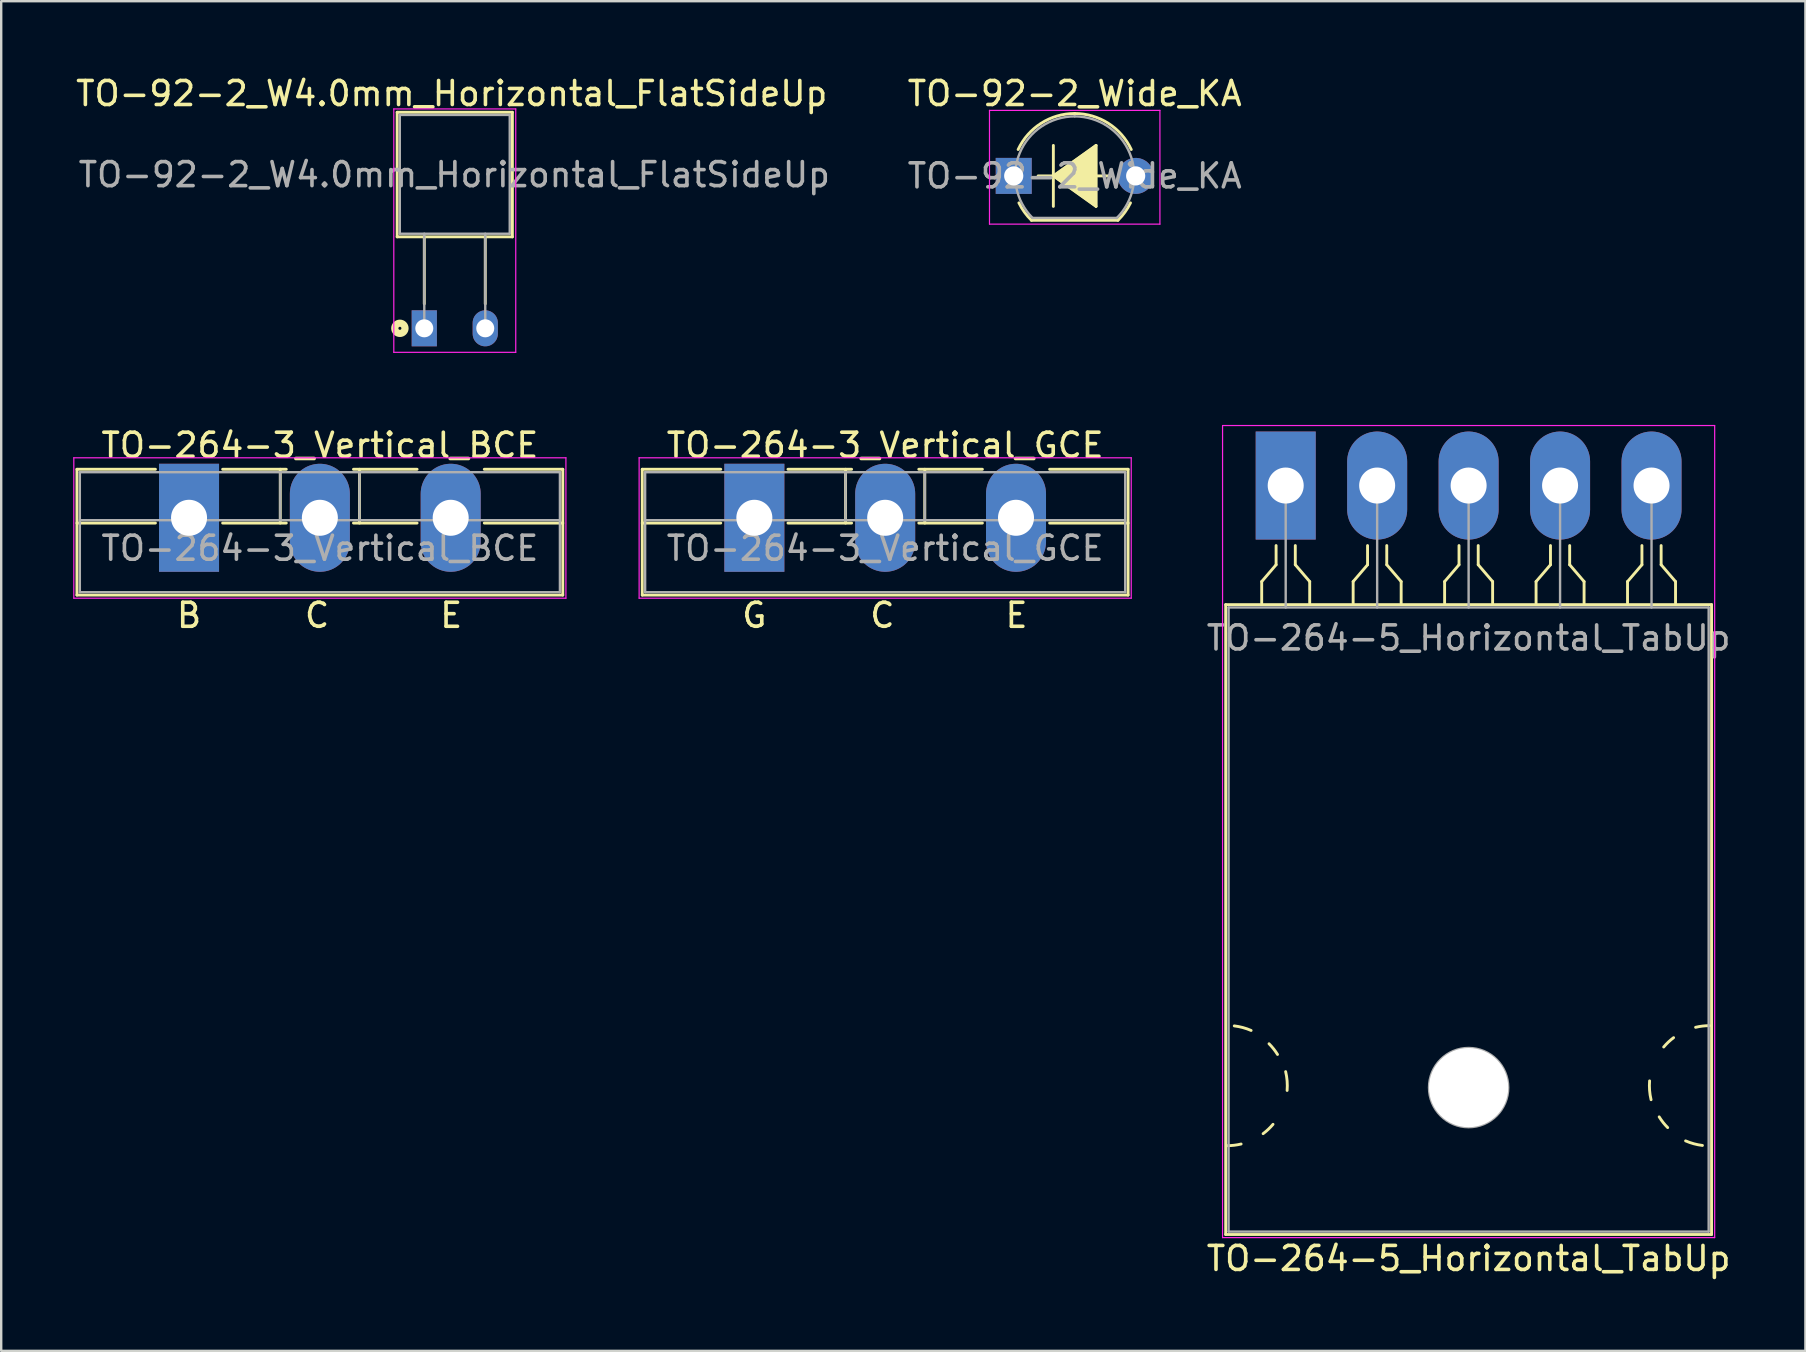
<source format=kicad_pcb>
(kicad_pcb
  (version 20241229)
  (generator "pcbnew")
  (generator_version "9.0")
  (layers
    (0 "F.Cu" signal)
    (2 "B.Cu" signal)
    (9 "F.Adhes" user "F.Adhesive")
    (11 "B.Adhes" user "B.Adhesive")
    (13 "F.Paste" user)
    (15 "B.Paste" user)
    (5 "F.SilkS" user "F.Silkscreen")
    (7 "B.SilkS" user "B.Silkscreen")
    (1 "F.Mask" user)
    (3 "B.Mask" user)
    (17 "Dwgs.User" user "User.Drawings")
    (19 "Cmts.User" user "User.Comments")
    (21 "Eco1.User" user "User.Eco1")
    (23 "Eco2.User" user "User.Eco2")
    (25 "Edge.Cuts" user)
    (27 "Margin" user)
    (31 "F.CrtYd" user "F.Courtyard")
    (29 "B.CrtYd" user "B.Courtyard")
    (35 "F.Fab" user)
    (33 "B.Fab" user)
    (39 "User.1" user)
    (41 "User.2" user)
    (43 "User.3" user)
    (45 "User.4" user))
  (footprint "TO-264-3_Vertical_BCE"
    (layer "F.Cu")
    (at 4.825 18.52)
    (property "Reference" "TO-264-3_Vertical_BCE" (at 5.45 -3.02 0) (layer "F.SilkS") (effects (font (size 1 1) (thickness 0.15))))
    (fp_line (start -4.67 -2.021) (end -4.67 3.22) (stroke (width 0.12) (type solid)) (layer "F.SilkS"))
    (fp_line (start -4.67 -2.021) (end -1.4 -2.021) (stroke (width 0.12) (type solid)) (layer "F.SilkS"))
    (fp_line (start -4.67 0.22) (end -1.4 0.22) (stroke (width 0.12) (type solid)) (layer "F.SilkS"))
    (fp_line (start -4.67 3.22) (end 15.57 3.22) (stroke (width 0.12) (type solid)) (layer "F.SilkS"))
    (fp_line (start 1.4 -2.021) (end 4.051 -2.021) (stroke (width 0.12) (type solid)) (layer "F.SilkS"))
    (fp_line (start 1.4 0.22) (end 4.051 0.22) (stroke (width 0.12) (type solid)) (layer "F.SilkS"))
    (fp_line (start 3.8 -2.021) (end 3.8 0.22) (stroke (width 0.12) (type solid)) (layer "F.SilkS"))
    (fp_line (start 6.85 -2.021) (end 9.5 -2.021) (stroke (width 0.12) (type solid)) (layer "F.SilkS"))
    (fp_line (start 6.85 0.22) (end 9.5 0.22) (stroke (width 0.12) (type solid)) (layer "F.SilkS"))
    (fp_line (start 7.1 -2.021) (end 7.1 0.22) (stroke (width 0.12) (type solid)) (layer "F.SilkS"))
    (fp_line (start 12.3 -2.021) (end 15.57 -2.021) (stroke (width 0.12) (type solid)) (layer "F.SilkS"))
    (fp_line (start 12.3 0.22) (end 15.57 0.22) (stroke (width 0.12) (type solid)) (layer "F.SilkS"))
    (fp_line (start 15.57 -2.021) (end 15.57 3.22) (stroke (width 0.12) (type solid)) (layer "F.SilkS"))
    (fp_line (start -4.8 -2.5) (end -4.8 3.35) (stroke (width 0.05) (type solid)) (layer "F.CrtYd"))
    (fp_line (start -4.8 3.35) (end 15.7 3.35) (stroke (width 0.05) (type solid)) (layer "F.CrtYd"))
    (fp_line (start 15.7 -2.5) (end -4.8 -2.5) (stroke (width 0.05) (type solid)) (layer "F.CrtYd"))
    (fp_line (start 15.7 3.35) (end 15.7 -2.5) (stroke (width 0.05) (type solid)) (layer "F.CrtYd"))
    (fp_line (start -4.55 -1.9) (end -4.55 3.1) (stroke (width 0.1) (type solid)) (layer "F.Fab"))
    (fp_line (start -4.55 0.1) (end 15.45 0.1) (stroke (width 0.1) (type solid)) (layer "F.Fab"))
    (fp_line (start -4.55 3.1) (end 15.45 3.1) (stroke (width 0.1) (type solid)) (layer "F.Fab"))
    (fp_line (start 3.8 -1.9) (end 3.8 0.1) (stroke (width 0.1) (type solid)) (layer "F.Fab"))
    (fp_line (start 7.1 -1.9) (end 7.1 0.1) (stroke (width 0.1) (type solid)) (layer "F.Fab"))
    (fp_line (start 15.45 -1.9) (end -4.55 -1.9) (stroke (width 0.1) (type solid)) (layer "F.Fab"))
    (fp_line (start 15.45 3.1) (end 15.45 -1.9) (stroke (width 0.1) (type solid)) (layer "F.Fab"))
    (fp_text user "C" (at 5.334 4.064 0) (unlocked yes) (layer "F.SilkS") (effects (font (size 1 1) (thickness 0.15))))
    (fp_text user "E" (at 10.922 4.064 0) (unlocked yes) (layer "F.SilkS") (effects (font (size 1 1) (thickness 0.15))))
    (fp_text user "B" (at 0 4.064 0) (unlocked yes) (layer "F.SilkS") (effects (font (size 1 1) (thickness 0.15))))
    (fp_text user "${REFERENCE}" (at 5.45 1.27 0) (layer "F.Fab") (effects (font (size 1 1) (thickness 0.15))))
    (pad "1" thru_hole rect (at 0 0) (size 2.5 4.5) (drill 1.5) (layers "*.Cu" "*.Mask"))
    (pad "2" thru_hole oval (at 5.45 0) (size 2.5 4.5) (drill 1.5) (layers "*.Cu" "*.Mask"))
    (pad "3" thru_hole oval (at 10.9 0) (size 2.5 4.5) (drill 1.5) (layers "*.Cu" "*.Mask")))
  (footprint "TO-92-2_W4.0mm_Horizontal_FlatSideUp"
    (layer "F.Cu")
    (at 14.625 10.627)
    (property "Reference" "TO-92-2_W4.0mm_Horizontal_FlatSideUp" (at 1.143 -9.779 0) (layer "F.SilkS") (effects (font (size 1 1) (thickness 0.15))))
    (attr through_hole)
    (fp_line (start -1.13 -9) (end -1.13 -3.81) (stroke (width 0.12) (type solid)) (layer "F.SilkS"))
    (fp_line (start -1.13 -3.81) (end 3.67 -3.81) (stroke (width 0.12) (type solid)) (layer "F.SilkS"))
    (fp_line (start 0 -1.02) (end 0 -3.81) (stroke (width 0.12) (type solid)) (layer "F.SilkS"))
    (fp_line (start 2.54 -1.02) (end 2.54 -3.81) (stroke (width 0.12) (type solid)) (layer "F.SilkS"))
    (fp_line (start 3.67 -9) (end -1.13 -9) (stroke (width 0.12) (type solid)) (layer "F.SilkS"))
    (fp_line (start 3.67 -3.81) (end 3.67 -9) (stroke (width 0.12) (type solid)) (layer "F.SilkS"))
    (fp_circle (center -1.016 0) (end -0.953 0) (stroke (width 0.3) (type solid)) (fill no) (layer "F.SilkS"))
    (fp_line (start -1.27 -9.14) (end -1.27 1) (stroke (width 0.05) (type solid)) (layer "F.CrtYd"))
    (fp_line (start -1.27 -9.14) (end 3.81 -9.14) (stroke (width 0.05) (type solid)) (layer "F.CrtYd"))
    (fp_line (start 3.81 1) (end -1.27 1) (stroke (width 0.05) (type solid)) (layer "F.CrtYd"))
    (fp_line (start 3.81 1) (end 3.81 -9.14) (stroke (width 0.05) (type solid)) (layer "F.CrtYd"))
    (fp_line (start -1.02 -8.89) (end -1.02 -3.94) (stroke (width 0.1) (type solid)) (layer "F.Fab"))
    (fp_line (start -1.02 -3.94) (end 3.56 -3.94) (stroke (width 0.1) (type solid)) (layer "F.Fab"))
    (fp_line (start 0 -3.94) (end 0 0) (stroke (width 0.1) (type solid)) (layer "F.Fab"))
    (fp_line (start 2.54 -3.94) (end 2.54 0) (stroke (width 0.1) (type solid)) (layer "F.Fab"))
    (fp_line (start 3.56 -8.89) (end -1.02 -8.89) (stroke (width 0.1) (type solid)) (layer "F.Fab"))
    (fp_line (start 3.56 -3.94) (end 3.56 -8.89) (stroke (width 0.1) (type solid)) (layer "F.Fab"))
    (fp_text user "${REFERENCE}" (at 1.25 -6.4 0) (layer "F.Fab") (effects (font (size 1 1) (thickness 0.15))))
    (pad "1" thru_hole rect (at 0 0) (size 1.05 1.5) (drill 0.75) (layers "*.Cu" "*.Mask"))
    (pad "2" thru_hole oval (at 2.54 0) (size 1.05 1.5) (drill 0.75) (layers "*.Cu" "*.Mask")))
  (footprint "TO-264-3_Vertical_GCE"
    (layer "F.Cu")
    (at 28.375 18.52)
    (property "Reference" "TO-264-3_Vertical_GCE" (at 5.45 -3.02 0) (layer "F.SilkS") (effects (font (size 1 1) (thickness 0.15))))
    (fp_line (start -4.67 -2.021) (end -4.67 3.22) (stroke (width 0.12) (type solid)) (layer "F.SilkS"))
    (fp_line (start -4.67 -2.021) (end -1.4 -2.021) (stroke (width 0.12) (type solid)) (layer "F.SilkS"))
    (fp_line (start -4.67 0.22) (end -1.4 0.22) (stroke (width 0.12) (type solid)) (layer "F.SilkS"))
    (fp_line (start -4.67 3.22) (end 15.57 3.22) (stroke (width 0.12) (type solid)) (layer "F.SilkS"))
    (fp_line (start 1.4 -2.021) (end 4.051 -2.021) (stroke (width 0.12) (type solid)) (layer "F.SilkS"))
    (fp_line (start 1.4 0.22) (end 4.051 0.22) (stroke (width 0.12) (type solid)) (layer "F.SilkS"))
    (fp_line (start 3.8 -2.021) (end 3.8 0.22) (stroke (width 0.12) (type solid)) (layer "F.SilkS"))
    (fp_line (start 6.85 -2.021) (end 9.5 -2.021) (stroke (width 0.12) (type solid)) (layer "F.SilkS"))
    (fp_line (start 6.85 0.22) (end 9.5 0.22) (stroke (width 0.12) (type solid)) (layer "F.SilkS"))
    (fp_line (start 7.1 -2.021) (end 7.1 0.22) (stroke (width 0.12) (type solid)) (layer "F.SilkS"))
    (fp_line (start 12.3 -2.021) (end 15.57 -2.021) (stroke (width 0.12) (type solid)) (layer "F.SilkS"))
    (fp_line (start 12.3 0.22) (end 15.57 0.22) (stroke (width 0.12) (type solid)) (layer "F.SilkS"))
    (fp_line (start 15.57 -2.021) (end 15.57 3.22) (stroke (width 0.12) (type solid)) (layer "F.SilkS"))
    (fp_line (start -4.8 -2.5) (end -4.8 3.35) (stroke (width 0.05) (type solid)) (layer "F.CrtYd"))
    (fp_line (start -4.8 3.35) (end 15.7 3.35) (stroke (width 0.05) (type solid)) (layer "F.CrtYd"))
    (fp_line (start 15.7 -2.5) (end -4.8 -2.5) (stroke (width 0.05) (type solid)) (layer "F.CrtYd"))
    (fp_line (start 15.7 3.35) (end 15.7 -2.5) (stroke (width 0.05) (type solid)) (layer "F.CrtYd"))
    (fp_line (start -4.55 -1.9) (end -4.55 3.1) (stroke (width 0.1) (type solid)) (layer "F.Fab"))
    (fp_line (start -4.55 0.1) (end 15.45 0.1) (stroke (width 0.1) (type solid)) (layer "F.Fab"))
    (fp_line (start -4.55 3.1) (end 15.45 3.1) (stroke (width 0.1) (type solid)) (layer "F.Fab"))
    (fp_line (start 3.8 -1.9) (end 3.8 0.1) (stroke (width 0.1) (type solid)) (layer "F.Fab"))
    (fp_line (start 7.1 -1.9) (end 7.1 0.1) (stroke (width 0.1) (type solid)) (layer "F.Fab"))
    (fp_line (start 15.45 -1.9) (end -4.55 -1.9) (stroke (width 0.1) (type solid)) (layer "F.Fab"))
    (fp_line (start 15.45 3.1) (end 15.45 -1.9) (stroke (width 0.1) (type solid)) (layer "F.Fab"))
    (fp_text user "G" (at 0 4.064 0) (unlocked yes) (layer "F.SilkS") (effects (font (size 1 1) (thickness 0.15))))
    (fp_text user "C" (at 5.334 4.064 0) (unlocked yes) (layer "F.SilkS") (effects (font (size 1 1) (thickness 0.15))))
    (fp_text user "E" (at 10.922 4.064 0) (unlocked yes) (layer "F.SilkS") (effects (font (size 1 1) (thickness 0.15))))
    (fp_text user "${REFERENCE}" (at 5.45 1.27 0) (layer "F.Fab") (effects (font (size 1 1) (thickness 0.15))))
    (pad "1" thru_hole rect (at 0 0) (size 2.5 4.5) (drill 1.5) (layers "*.Cu" "*.Mask"))
    (pad "2" thru_hole oval (at 5.45 0) (size 2.5 4.5) (drill 1.5) (layers "*.Cu" "*.Mask"))
    (pad "3" thru_hole oval (at 10.9 0) (size 2.5 4.5) (drill 1.5) (layers "*.Cu" "*.Mask")))
  (footprint "TO-92-2_Wide_KA"
    (layer "F.Cu")
    (at 39.18 4.278)
    (property "Reference" "TO-92-2_Wide_KA" (at 2.54 -3.43 0) (layer "F.SilkS") (effects (font (size 1 1) (thickness 0.15))))
    (attr through_hole)
    (fp_line (start 0.74 1.85) (end 4.34 1.85) (stroke (width 0.12) (type solid)) (layer "F.SilkS"))
    (fp_line (start 1.016 0) (end 1.651 0) (stroke (width 0.12) (type solid)) (layer "F.SilkS"))
    (fp_line (start 1.651 0) (end 1.651 -1.27) (stroke (width 0.12) (type solid)) (layer "F.SilkS"))
    (fp_line (start 1.651 0) (end 3.429 -1.27) (stroke (width 0.12) (type solid)) (layer "F.SilkS"))
    (fp_line (start 1.651 1.27) (end 1.651 0) (stroke (width 0.12) (type solid)) (layer "F.SilkS"))
    (fp_line (start 3.429 -1.27) (end 3.429 1.27) (stroke (width 0.12) (type solid)) (layer "F.SilkS"))
    (fp_line (start 3.429 1.27) (end 1.651 0) (stroke (width 0.12) (type solid)) (layer "F.SilkS"))
    (fp_line (start 4.064 0) (end 3.429 0) (stroke (width 0.12) (type solid)) (layer "F.SilkS"))
    (fp_arc (start 0.1836 -1.098807) (mid 1.143021 -2.192817) (end 2.54 -2.6) (stroke (width 0.12) (type solid)) (layer "F.SilkS"))
    (fp_arc (start 0.74 1.85) (mid 0.446097 1.509328) (end 0.215816 1.122795) (stroke (width 0.12) (type solid)) (layer "F.SilkS"))
    (fp_arc (start 2.54 -2.6) (mid 3.936979 -2.192818) (end 4.8964 -1.098807) (stroke (width 0.12) (type solid)) (layer "F.SilkS"))
    (fp_arc (start 4.864184 1.122795) (mid 4.633903 1.509328) (end 4.34 1.85) (stroke (width 0.12) (type solid)) (layer "F.SilkS"))
    (fp_poly (pts (xy 3.429 1.27) (xy 1.651 0) (xy 3.429 -1.27)) (stroke (width 0.1) (type solid)) (fill yes) (layer "F.SilkS"))
    (fp_line (start -1.01 -2.73) (end -1.01 2.01) (stroke (width 0.05) (type solid)) (layer "F.CrtYd"))
    (fp_line (start -1.01 -2.73) (end 6.09 -2.73) (stroke (width 0.05) (type solid)) (layer "F.CrtYd"))
    (fp_line (start 6.09 2.01) (end -1.01 2.01) (stroke (width 0.05) (type solid)) (layer "F.CrtYd"))
    (fp_line (start 6.09 2.01) (end 6.09 -2.73) (stroke (width 0.05) (type solid)) (layer "F.CrtYd"))
    (fp_line (start 0.8 1.75) (end 4.3 1.75) (stroke (width 0.1) (type solid)) (layer "F.Fab"))
    (fp_arc (start 0.786375 1.753625) (mid 0.248779 -0.949055) (end 2.54 -2.48) (stroke (width 0.1) (type solid)) (layer "F.Fab"))
    (fp_arc (start 2.54 -2.48) (mid 4.831221 -0.949055) (end 4.293625 1.753625) (stroke (width 0.1) (type solid)) (layer "F.Fab"))
    (fp_text user "${REFERENCE}" (at 2.54 0 0) (layer "F.Fab") (effects (font (size 1 1) (thickness 0.15))))
    (pad "1" thru_hole rect (at 0 0 90) (size 1.5 1.5) (drill 0.8) (layers "*.Cu" "*.Mask"))
    (pad "2" thru_hole circle (at 5.08 0 90) (size 1.5 1.5) (drill 0.8) (layers "*.Cu" "*.Mask")))
  (footprint "TO-264-5_Horizontal_TabUp"
    (layer "F.Cu")
    (at 50.51 17.177)
    (property "Reference" "TO-264-5_Horizontal_TabUp" (at 7.62 32.2 0) (layer "F.SilkS") (effects (font (size 1 1) (thickness 0.15))))
    (attr through_hole)
    (fp_line (start -2.5 4.96) (end -2.5 31.2) (stroke (width 0.12) (type solid)) (layer "F.SilkS"))
    (fp_line (start -2.5 4.96) (end 17.74 4.96) (stroke (width 0.12) (type solid)) (layer "F.SilkS"))
    (fp_line (start -2.5 31.2) (end 17.74 31.2) (stroke (width 0.12) (type solid)) (layer "F.SilkS"))
    (fp_line (start -1 4) (end -1 4.9) (stroke (width 0.12) (type solid)) (layer "F.SilkS"))
    (fp_line (start -0.4 2.5) (end -0.4 3.3) (stroke (width 0.12) (type solid)) (layer "F.SilkS"))
    (fp_line (start -0.4 3.3) (end -1 4) (stroke (width 0.12) (type solid)) (layer "F.SilkS"))
    (fp_line (start 0.4 3.3) (end 0.4 2.5) (stroke (width 0.12) (type solid)) (layer "F.SilkS"))
    (fp_line (start 1 4) (end 0.4 3.3) (stroke (width 0.12) (type solid)) (layer "F.SilkS"))
    (fp_line (start 1 4.9) (end 1 4) (stroke (width 0.12) (type solid)) (layer "F.SilkS"))
    (fp_line (start 2.81 4) (end 2.81 4.9) (stroke (width 0.12) (type solid)) (layer "F.SilkS"))
    (fp_line (start 3.41 2.5) (end 3.41 3.3) (stroke (width 0.12) (type solid)) (layer "F.SilkS"))
    (fp_line (start 3.41 3.3) (end 2.81 4) (stroke (width 0.12) (type solid)) (layer "F.SilkS"))
    (fp_line (start 4.21 3.3) (end 4.21 2.5) (stroke (width 0.12) (type solid)) (layer "F.SilkS"))
    (fp_line (start 4.81 4) (end 4.21 3.3) (stroke (width 0.12) (type solid)) (layer "F.SilkS"))
    (fp_line (start 4.81 4.9) (end 4.81 4) (stroke (width 0.12) (type solid)) (layer "F.SilkS"))
    (fp_line (start 6.62 4) (end 6.62 4.9) (stroke (width 0.12) (type solid)) (layer "F.SilkS"))
    (fp_line (start 7.22 2.5) (end 7.22 3.3) (stroke (width 0.12) (type solid)) (layer "F.SilkS"))
    (fp_line (start 7.22 3.3) (end 6.62 4) (stroke (width 0.12) (type solid)) (layer "F.SilkS"))
    (fp_line (start 8.02 3.3) (end 8.02 2.5) (stroke (width 0.12) (type solid)) (layer "F.SilkS"))
    (fp_line (start 8.62 4) (end 8.02 3.3) (stroke (width 0.12) (type solid)) (layer "F.SilkS"))
    (fp_line (start 8.62 4.9) (end 8.62 4) (stroke (width 0.12) (type solid)) (layer "F.SilkS"))
    (fp_line (start 10.43 4) (end 10.43 4.9) (stroke (width 0.12) (type solid)) (layer "F.SilkS"))
    (fp_line (start 11.03 2.5) (end 11.03 3.3) (stroke (width 0.12) (type solid)) (layer "F.SilkS"))
    (fp_line (start 11.03 3.3) (end 10.43 4) (stroke (width 0.12) (type solid)) (layer "F.SilkS"))
    (fp_line (start 11.83 3.3) (end 11.83 2.5) (stroke (width 0.12) (type solid)) (layer "F.SilkS"))
    (fp_line (start 12.43 4) (end 11.83 3.3) (stroke (width 0.12) (type solid)) (layer "F.SilkS"))
    (fp_line (start 12.43 4.9) (end 12.43 4) (stroke (width 0.12) (type solid)) (layer "F.SilkS"))
    (fp_line (start 14.24 4) (end 14.24 4.9) (stroke (width 0.12) (type solid)) (layer "F.SilkS"))
    (fp_line (start 14.84 2.5) (end 14.84 3.3) (stroke (width 0.12) (type solid)) (layer "F.SilkS"))
    (fp_line (start 14.84 3.3) (end 14.24 4) (stroke (width 0.12) (type solid)) (layer "F.SilkS"))
    (fp_line (start 15.64 3.3) (end 15.64 2.5) (stroke (width 0.12) (type solid)) (layer "F.SilkS"))
    (fp_line (start 16.24 4) (end 15.64 3.3) (stroke (width 0.12) (type solid)) (layer "F.SilkS"))
    (fp_line (start 16.24 4.9) (end 16.24 4) (stroke (width 0.12) (type solid)) (layer "F.SilkS"))
    (fp_line (start 17.74 4.96) (end 17.74 31.2) (stroke (width 0.12) (type solid)) (layer "F.SilkS"))
    (fp_arc (start -2.142186 22.509879) (mid -1.784673 22.579416) (end -1.441001 22.700001) (stroke (width 0.12) (type solid)) (layer "F.SilkS"))
    (fp_arc (start -1.857568 27.430968) (mid -2.147249 27.482682) (end -2.441 27.5) (stroke (width 0.12) (type solid)) (layer "F.SilkS"))
    (fp_arc (start -0.694576 23.253576) (mid -0.504879 23.466564) (end -0.341001 23.700001) (stroke (width 0.12) (type solid)) (layer "F.SilkS"))
    (fp_arc (start -0.528722 26.610338) (mid -0.723773 26.8169) (end -0.941 26.999999) (stroke (width 0.12) (type solid)) (layer "F.SilkS"))
    (fp_arc (start -0.002266 24.414703) (mid 0.059389 24.804931) (end 0.058999 25.199999) (stroke (width 0.12) (type solid)) (layer "F.SilkS"))
    (fp_arc (start 15.220266 25.585297) (mid 15.158611 25.195069) (end 15.159001 24.800001) (stroke (width 0.12) (type solid)) (layer "F.SilkS"))
    (fp_arc (start 15.746722 23.389662) (mid 15.941773 23.1831) (end 16.159 23.000001) (stroke (width 0.12) (type solid)) (layer "F.SilkS"))
    (fp_arc (start 15.912576 26.746424) (mid 15.722879 26.533436) (end 15.559001 26.299999) (stroke (width 0.12) (type solid)) (layer "F.SilkS"))
    (fp_arc (start 17.075568 22.569032) (mid 17.365249 22.517318) (end 17.659 22.5) (stroke (width 0.12) (type solid)) (layer "F.SilkS"))
    (fp_arc (start 17.360186 27.490121) (mid 17.002673 27.420584) (end 16.659001 27.299999) (stroke (width 0.12) (type solid)) (layer "F.SilkS"))
    (fp_line (start -2.63 -2.5) (end -2.63 31.33) (stroke (width 0.05) (type solid)) (layer "F.CrtYd"))
    (fp_line (start -2.63 31.33) (end 17.87 31.33) (stroke (width 0.05) (type solid)) (layer "F.CrtYd"))
    (fp_line (start 17.87 -2.5) (end -2.63 -2.5) (stroke (width 0.05) (type solid)) (layer "F.CrtYd"))
    (fp_line (start 17.87 31.33) (end 17.87 -2.5) (stroke (width 0.05) (type solid)) (layer "F.CrtYd"))
    (fp_line (start -2.38 5.08) (end -2.38 31.08) (stroke (width 0.1) (type solid)) (layer "F.Fab"))
    (fp_line (start -2.38 31.08) (end 17.62 31.08) (stroke (width 0.1) (type solid)) (layer "F.Fab"))
    (fp_line (start 0 5.08) (end 0 0) (stroke (width 0.1) (type solid)) (layer "F.Fab"))
    (fp_line (start 3.81 5.08) (end 3.81 0) (stroke (width 0.1) (type solid)) (layer "F.Fab"))
    (fp_line (start 7.62 5.08) (end 7.62 0) (stroke (width 0.1) (type solid)) (layer "F.Fab"))
    (fp_line (start 11.43 5.08) (end 11.43 0) (stroke (width 0.1) (type solid)) (layer "F.Fab"))
    (fp_line (start 15.24 5.08) (end 15.24 0) (stroke (width 0.1) (type solid)) (layer "F.Fab"))
    (fp_line (start 17.62 5.08) (end -2.38 5.08) (stroke (width 0.1) (type solid)) (layer "F.Fab"))
    (fp_line (start 17.62 31.08) (end 17.62 5.08) (stroke (width 0.1) (type solid)) (layer "F.Fab"))
    (fp_circle (center 7.62 25.08) (end 9.27 25.08) (stroke (width 0.1) (type solid)) (fill no) (layer "F.Fab"))
    (fp_text user "${REFERENCE}" (at 7.62 6.35 0) (layer "F.Fab") (effects (font (size 1 1) (thickness 0.15))))
    (pad "" np_thru_hole oval (at 7.62 25.08) (size 3.3 3.3) (drill 3.3) (layers "*.Cu" "*.Mask"))
    (pad "1" thru_hole rect (at 0 0) (size 2.5 4.5) (drill 1.5) (layers "*.Cu" "*.Mask"))
    (pad "2" thru_hole oval (at 3.81 0) (size 2.5 4.5) (drill 1.5) (layers "*.Cu" "*.Mask"))
    (pad "3" thru_hole oval (at 7.62 0) (size 2.5 4.5) (drill 1.5) (layers "*.Cu" "*.Mask"))
    (pad "4" thru_hole oval (at 11.43 0) (size 2.5 4.5) (drill 1.5) (layers "*.Cu" "*.Mask"))
    (pad "5" thru_hole oval (at 15.24 0) (size 2.5 4.5) (drill 1.5) (layers "*.Cu" "*.Mask")))
  (gr_rect
    (start -3 -3)
    (end 72.16 53.225)
    (stroke (width 0.1) (type default))
    (fill no)
    (layer "Edge.Cuts")))
</source>
